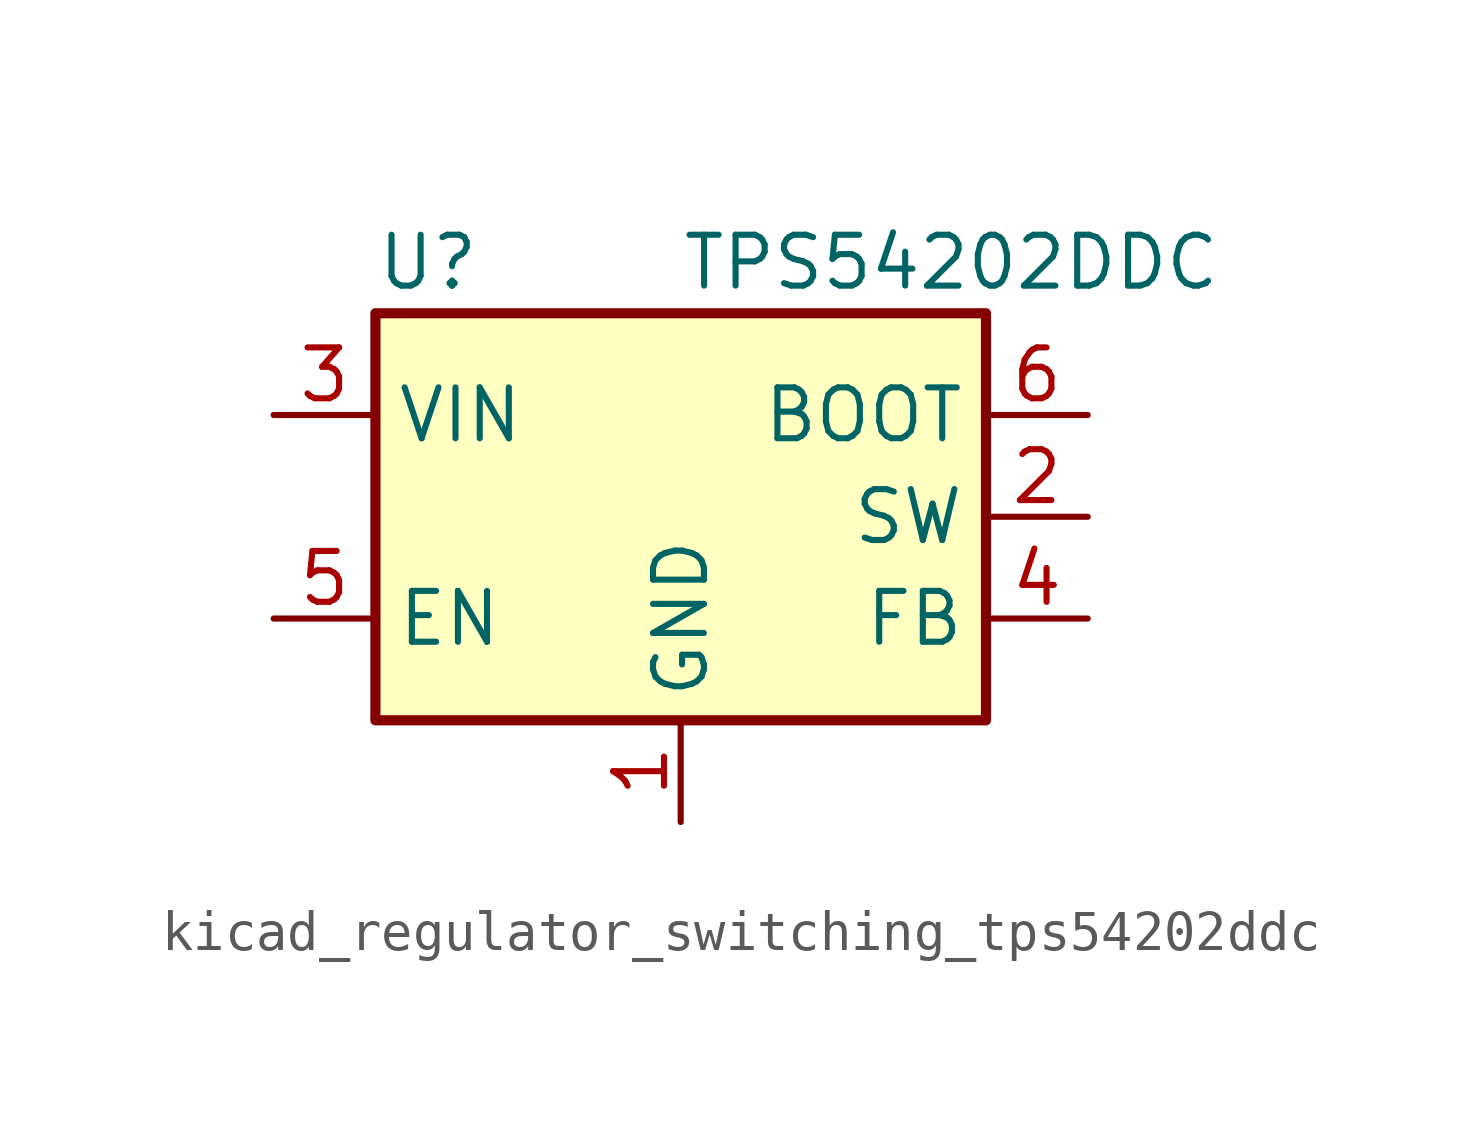
<source format=kicad_sym>
(kicad_symbol_lib
  (version 20220914)
  (generator kicad_symbol_editor)
  (symbol "kicad_regulator_switching_tps54202ddc"
    (property "Reference" "U"
      (at -7.62 6.35 0)
      (effects (font (size 1.27 1.27)) (justify left)))
    (property "Value" "TPS54202DDC"
      (at 0 6.35 0)
      (effects (font (size 1.27 1.27)) (justify left)))
    (symbol "kicad_regulator_switching_tps54202ddc_0_1"
      (rectangle (start -7.62 5.08) (end 7.62 -5.08) (stroke (width 0.254) (type default)) (fill (type background))))
    (symbol "kicad_regulator_switching_tps54202ddc_1_1"
      (pin power_in line (at 0 -7.62 90) (length 2.54) (name "GND" (effects (font (size 1.27 1.27)))) (number "1" (effects (font (size 1.27 1.27)))))
      (pin power_out line (at 10.16 0 180) (length 2.54) (name "SW" (effects (font (size 1.27 1.27)))) (number "2" (effects (font (size 1.27 1.27)))))
      (pin power_in line (at -10.16 2.54 0) (length 2.54) (name "VIN" (effects (font (size 1.27 1.27)))) (number "3" (effects (font (size 1.27 1.27)))))
      (pin input line (at 10.16 -2.54 180) (length 2.54) (name "FB" (effects (font (size 1.27 1.27)))) (number "4" (effects (font (size 1.27 1.27)))))
      (pin input line (at -10.16 -2.54 0) (length 2.54) (name "EN" (effects (font (size 1.27 1.27)))) (number "5" (effects (font (size 1.27 1.27)))))
      (pin passive line (at 10.16 2.54 180) (length 2.54) (name "BOOT" (effects (font (size 1.27 1.27)))) (number "6" (effects (font (size 1.27 1.27))))))))
</source>
